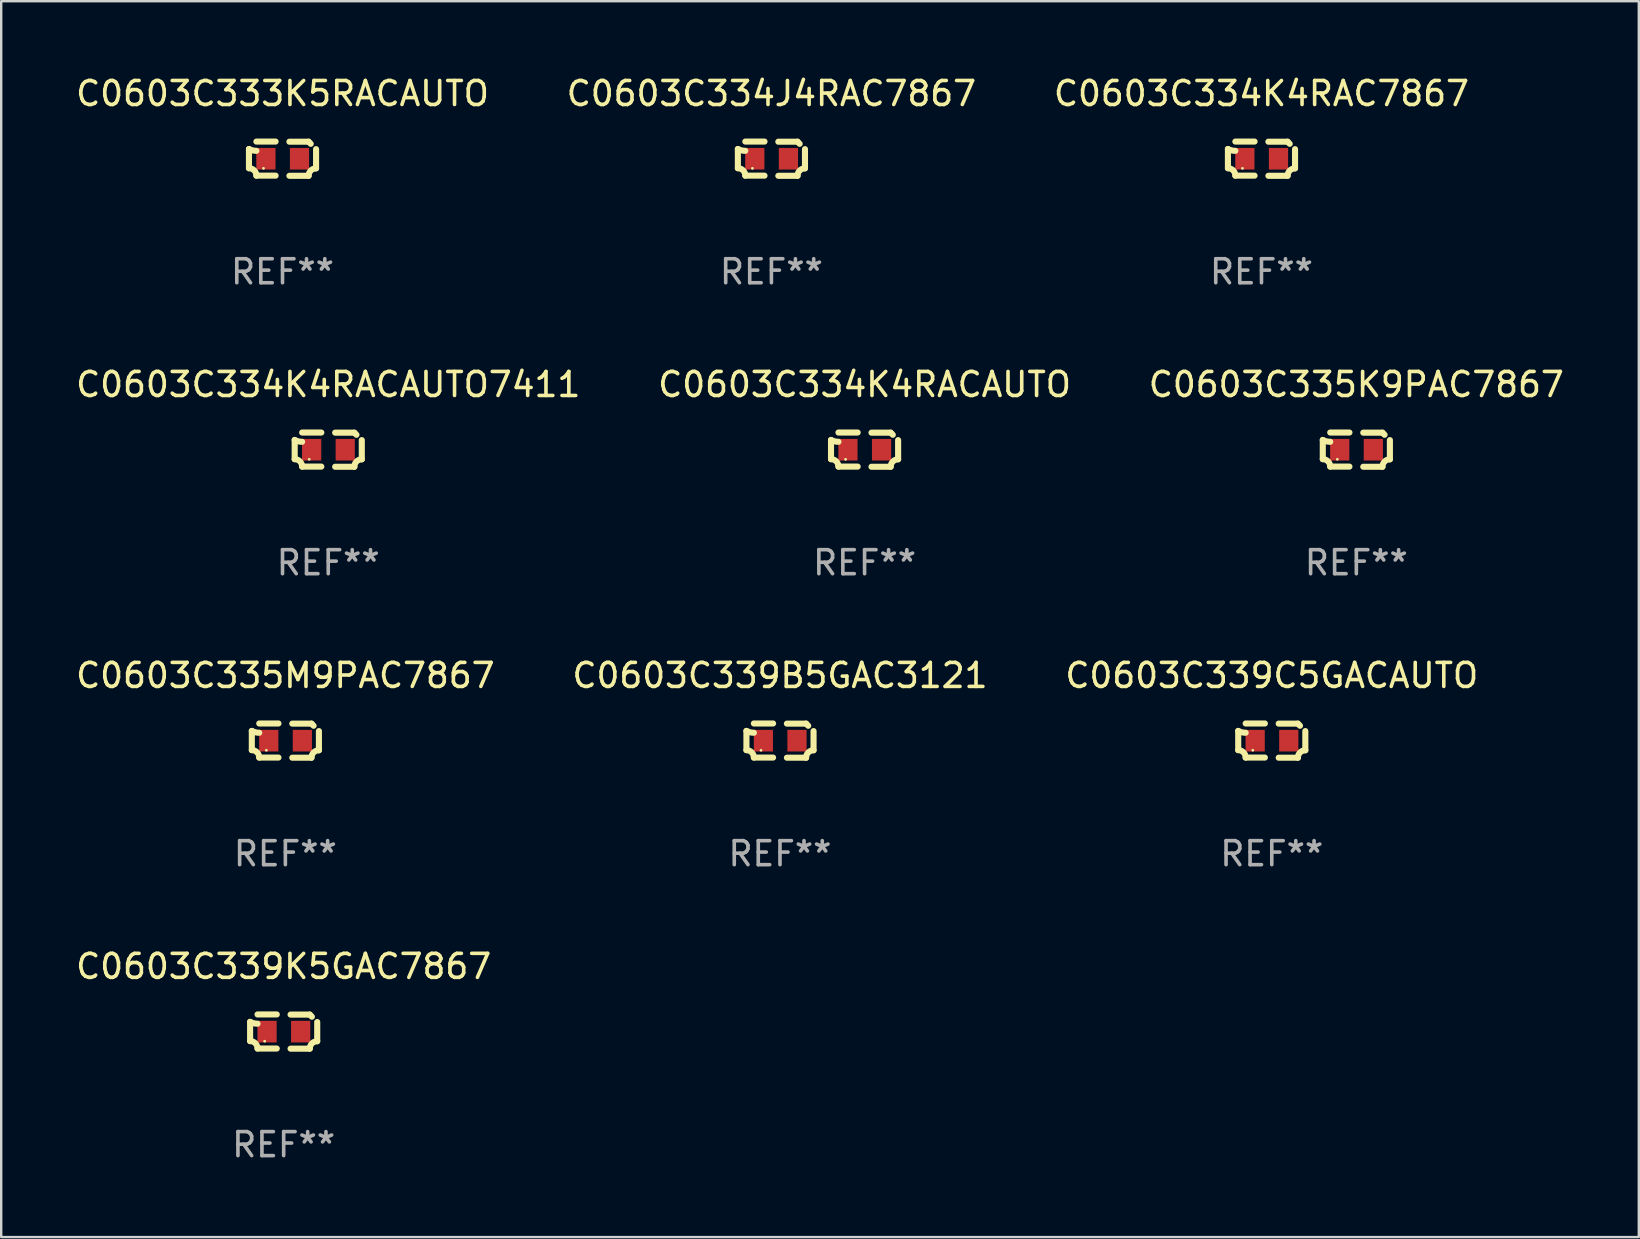
<source format=kicad_pcb>
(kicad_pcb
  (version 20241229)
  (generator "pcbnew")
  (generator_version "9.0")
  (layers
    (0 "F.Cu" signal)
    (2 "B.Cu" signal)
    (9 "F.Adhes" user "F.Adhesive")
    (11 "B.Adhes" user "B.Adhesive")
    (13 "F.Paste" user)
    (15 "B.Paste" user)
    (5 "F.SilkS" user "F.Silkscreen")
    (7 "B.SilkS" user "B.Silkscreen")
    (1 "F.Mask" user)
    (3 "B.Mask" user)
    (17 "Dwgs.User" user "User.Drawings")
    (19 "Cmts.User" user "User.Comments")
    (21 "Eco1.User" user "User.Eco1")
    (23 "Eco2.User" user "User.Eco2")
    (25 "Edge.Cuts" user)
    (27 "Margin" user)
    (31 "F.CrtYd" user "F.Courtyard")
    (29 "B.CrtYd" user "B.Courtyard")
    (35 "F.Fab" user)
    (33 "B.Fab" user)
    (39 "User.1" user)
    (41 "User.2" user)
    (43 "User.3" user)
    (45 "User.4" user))
  (footprint "C0603C333K5RACAUTO"
    (layer "F.Cu")
    (at 8.72 3.561)
    (property "Reference" "C0603C333K5RACAUTO" (at 0 -2.713 0) (layer "F.SilkS") (effects (font (size 1 1) (thickness 0.15))))
    (attr through_hole)
    (fp_line (start -1.398 -0.403) (end -1.398 0.397) (stroke (width 0.254) (type solid)) (layer "F.SilkS"))
    (fp_line (start -0.288 -0.713) (end -1.088 -0.713) (stroke (width 0.254) (type solid)) (layer "F.SilkS"))
    (fp_line (start -0.288 0.707) (end -1.088 0.707) (stroke (width 0.254) (type solid)) (layer "F.SilkS"))
    (fp_line (start 0.288 -0.707) (end 1.088 -0.707) (stroke (width 0.254) (type solid)) (layer "F.SilkS"))
    (fp_line (start 0.288 0.713) (end 1.088 0.713) (stroke (width 0.254) (type solid)) (layer "F.SilkS"))
    (fp_line (start 1.398 -0.397) (end 1.398 0.403) (stroke (width 0.254) (type solid)) (layer "F.SilkS"))
    (fp_arc (start -1.397789 0.397066) (mid -1.178701 0.487826) (end -1.08796 0.706922) (stroke (width 0.254001) (type solid)) (layer "F.SilkS"))
    (fp_arc (start -1.08796 -0.327176) (mid -1.247436 -0.346384) (end -1.39779 -0.402908) (stroke (width 0.254001) (type solid)) (layer "F.SilkS"))
    (fp_arc (start 1.087909 0.712738) (mid 1.178656 0.493655) (end 1.397739 0.402908) (stroke (width 0.254001) (type solid)) (layer "F.SilkS"))
    (fp_arc (start 1.175925 -0.618926) (mid 1.131917 -0.662923) (end 1.08791 -0.706922) (stroke (width 0.254001) (type solid)) (layer "F.SilkS"))
    (fp_circle (center -0.792 0.403) (end -0.762 0.403) (stroke (width 0.06) (type solid)) (fill no) (layer "F.SilkS"))
    (fp_text user "REF**" (at 0 4.713 0) (layer "F.Fab") (effects (font (size 1 1) (thickness 0.15))))
    (pad "1" smd rect (at -0.692 0.003) (size 0.8 0.9) (layers "F.Cu" "F.Mask" "F.Paste"))
    (pad "2" smd rect (at 0.708 0.003) (size 0.8 0.9) (layers "F.Cu" "F.Mask" "F.Paste")))
  (footprint "C0603C334K4RACAUTO7411"
    (layer "F.Cu")
    (at 10.625 15.683)
    (property "Reference" "C0603C334K4RACAUTO7411" (at 0 -2.713 0) (layer "F.SilkS") (effects (font (size 1 1) (thickness 0.15))))
    (attr through_hole)
    (fp_line (start -1.398 -0.403) (end -1.398 0.397) (stroke (width 0.254) (type solid)) (layer "F.SilkS"))
    (fp_line (start -0.288 -0.713) (end -1.088 -0.713) (stroke (width 0.254) (type solid)) (layer "F.SilkS"))
    (fp_line (start -0.288 0.707) (end -1.088 0.707) (stroke (width 0.254) (type solid)) (layer "F.SilkS"))
    (fp_line (start 0.288 -0.707) (end 1.088 -0.707) (stroke (width 0.254) (type solid)) (layer "F.SilkS"))
    (fp_line (start 0.288 0.713) (end 1.088 0.713) (stroke (width 0.254) (type solid)) (layer "F.SilkS"))
    (fp_line (start 1.398 -0.397) (end 1.398 0.403) (stroke (width 0.254) (type solid)) (layer "F.SilkS"))
    (fp_arc (start -1.397789 0.397066) (mid -1.178701 0.487826) (end -1.08796 0.706922) (stroke (width 0.254001) (type solid)) (layer "F.SilkS"))
    (fp_arc (start -1.08796 -0.327176) (mid -1.247436 -0.346384) (end -1.39779 -0.402908) (stroke (width 0.254001) (type solid)) (layer "F.SilkS"))
    (fp_arc (start 1.087909 0.712738) (mid 1.178656 0.493655) (end 1.397739 0.402908) (stroke (width 0.254001) (type solid)) (layer "F.SilkS"))
    (fp_arc (start 1.175925 -0.618926) (mid 1.131917 -0.662923) (end 1.08791 -0.706922) (stroke (width 0.254001) (type solid)) (layer "F.SilkS"))
    (fp_circle (center -0.792 0.403) (end -0.762 0.403) (stroke (width 0.06) (type solid)) (fill no) (layer "F.SilkS"))
    (fp_text user "REF**" (at 0 4.713 0) (layer "F.Fab") (effects (font (size 1 1) (thickness 0.15))))
    (pad "1" smd rect (at -0.692 0.003) (size 0.8 0.9) (layers "F.Cu" "F.Mask" "F.Paste"))
    (pad "2" smd rect (at 0.708 0.003) (size 0.8 0.9) (layers "F.Cu" "F.Mask" "F.Paste")))
  (footprint "C0603C339C5GACAUTO"
    (layer "F.Cu")
    (at 49.935 27.805)
    (property "Reference" "C0603C339C5GACAUTO" (at 0 -2.713 0) (layer "F.SilkS") (effects (font (size 1 1) (thickness 0.15))))
    (attr through_hole)
    (fp_line (start -1.398 -0.403) (end -1.398 0.397) (stroke (width 0.254) (type solid)) (layer "F.SilkS"))
    (fp_line (start -0.288 -0.713) (end -1.088 -0.713) (stroke (width 0.254) (type solid)) (layer "F.SilkS"))
    (fp_line (start -0.288 0.707) (end -1.088 0.707) (stroke (width 0.254) (type solid)) (layer "F.SilkS"))
    (fp_line (start 0.288 -0.707) (end 1.088 -0.707) (stroke (width 0.254) (type solid)) (layer "F.SilkS"))
    (fp_line (start 0.288 0.713) (end 1.088 0.713) (stroke (width 0.254) (type solid)) (layer "F.SilkS"))
    (fp_line (start 1.398 -0.397) (end 1.398 0.403) (stroke (width 0.254) (type solid)) (layer "F.SilkS"))
    (fp_arc (start -1.397789 0.397066) (mid -1.178701 0.487826) (end -1.08796 0.706922) (stroke (width 0.254001) (type solid)) (layer "F.SilkS"))
    (fp_arc (start -1.08796 -0.327176) (mid -1.247436 -0.346384) (end -1.39779 -0.402908) (stroke (width 0.254001) (type solid)) (layer "F.SilkS"))
    (fp_arc (start 1.087909 0.712738) (mid 1.178656 0.493655) (end 1.397739 0.402908) (stroke (width 0.254001) (type solid)) (layer "F.SilkS"))
    (fp_arc (start 1.175925 -0.618926) (mid 1.131917 -0.662923) (end 1.08791 -0.706922) (stroke (width 0.254001) (type solid)) (layer "F.SilkS"))
    (fp_circle (center -0.792 0.403) (end -0.762 0.403) (stroke (width 0.06) (type solid)) (fill no) (layer "F.SilkS"))
    (fp_text user "REF**" (at 0 4.713 0) (layer "F.Fab") (effects (font (size 1 1) (thickness 0.15))))
    (pad "1" smd rect (at -0.692 0.003) (size 0.8 0.9) (layers "F.Cu" "F.Mask" "F.Paste"))
    (pad "2" smd rect (at 0.708 0.003) (size 0.8 0.9) (layers "F.Cu" "F.Mask" "F.Paste")))
  (footprint "C0603C339K5GAC7867"
    (layer "F.Cu")
    (at 8.768 39.927)
    (property "Reference" "C0603C339K5GAC7867" (at 0 -2.713 0) (layer "F.SilkS") (effects (font (size 1 1) (thickness 0.15))))
    (attr through_hole)
    (fp_line (start -1.398 -0.403) (end -1.398 0.397) (stroke (width 0.254) (type solid)) (layer "F.SilkS"))
    (fp_line (start -0.288 -0.713) (end -1.088 -0.713) (stroke (width 0.254) (type solid)) (layer "F.SilkS"))
    (fp_line (start -0.288 0.707) (end -1.088 0.707) (stroke (width 0.254) (type solid)) (layer "F.SilkS"))
    (fp_line (start 0.288 -0.707) (end 1.088 -0.707) (stroke (width 0.254) (type solid)) (layer "F.SilkS"))
    (fp_line (start 0.288 0.713) (end 1.088 0.713) (stroke (width 0.254) (type solid)) (layer "F.SilkS"))
    (fp_line (start 1.398 -0.397) (end 1.398 0.403) (stroke (width 0.254) (type solid)) (layer "F.SilkS"))
    (fp_arc (start -1.397789 0.397066) (mid -1.178701 0.487826) (end -1.08796 0.706922) (stroke (width 0.254001) (type solid)) (layer "F.SilkS"))
    (fp_arc (start -1.08796 -0.327176) (mid -1.247436 -0.346384) (end -1.39779 -0.402908) (stroke (width 0.254001) (type solid)) (layer "F.SilkS"))
    (fp_arc (start 1.087909 0.712738) (mid 1.178656 0.493655) (end 1.397739 0.402908) (stroke (width 0.254001) (type solid)) (layer "F.SilkS"))
    (fp_arc (start 1.175925 -0.618926) (mid 1.131917 -0.662923) (end 1.08791 -0.706922) (stroke (width 0.254001) (type solid)) (layer "F.SilkS"))
    (fp_circle (center -0.792 0.403) (end -0.762 0.403) (stroke (width 0.06) (type solid)) (fill no) (layer "F.SilkS"))
    (fp_text user "REF**" (at 0 4.713 0) (layer "F.Fab") (effects (font (size 1 1) (thickness 0.15))))
    (pad "1" smd rect (at -0.692 0.003) (size 0.8 0.9) (layers "F.Cu" "F.Mask" "F.Paste"))
    (pad "2" smd rect (at 0.708 0.003) (size 0.8 0.9) (layers "F.Cu" "F.Mask" "F.Paste")))
  (footprint "C0603C334K4RACAUTO"
    (layer "F.Cu")
    (at 32.97 15.683)
    (property "Reference" "C0603C334K4RACAUTO" (at 0 -2.713 0) (layer "F.SilkS") (effects (font (size 1 1) (thickness 0.15))))
    (attr through_hole)
    (fp_line (start -1.398 -0.403) (end -1.398 0.397) (stroke (width 0.254) (type solid)) (layer "F.SilkS"))
    (fp_line (start -0.288 -0.713) (end -1.088 -0.713) (stroke (width 0.254) (type solid)) (layer "F.SilkS"))
    (fp_line (start -0.288 0.707) (end -1.088 0.707) (stroke (width 0.254) (type solid)) (layer "F.SilkS"))
    (fp_line (start 0.288 -0.707) (end 1.088 -0.707) (stroke (width 0.254) (type solid)) (layer "F.SilkS"))
    (fp_line (start 0.288 0.713) (end 1.088 0.713) (stroke (width 0.254) (type solid)) (layer "F.SilkS"))
    (fp_line (start 1.398 -0.397) (end 1.398 0.403) (stroke (width 0.254) (type solid)) (layer "F.SilkS"))
    (fp_arc (start -1.397789 0.397066) (mid -1.178701 0.487826) (end -1.08796 0.706922) (stroke (width 0.254001) (type solid)) (layer "F.SilkS"))
    (fp_arc (start -1.08796 -0.327176) (mid -1.247436 -0.346384) (end -1.39779 -0.402908) (stroke (width 0.254001) (type solid)) (layer "F.SilkS"))
    (fp_arc (start 1.087909 0.712738) (mid 1.178656 0.493655) (end 1.397739 0.402908) (stroke (width 0.254001) (type solid)) (layer "F.SilkS"))
    (fp_arc (start 1.175925 -0.618926) (mid 1.131917 -0.662923) (end 1.08791 -0.706922) (stroke (width 0.254001) (type solid)) (layer "F.SilkS"))
    (fp_circle (center -0.792 0.403) (end -0.762 0.403) (stroke (width 0.06) (type solid)) (fill no) (layer "F.SilkS"))
    (fp_text user "REF**" (at 0 4.713 0) (layer "F.Fab") (effects (font (size 1 1) (thickness 0.15))))
    (pad "1" smd rect (at -0.692 0.003) (size 0.8 0.9) (layers "F.Cu" "F.Mask" "F.Paste"))
    (pad "2" smd rect (at 0.708 0.003) (size 0.8 0.9) (layers "F.Cu" "F.Mask" "F.Paste")))
  (footprint "C0603C339B5GAC3121"
    (layer "F.Cu")
    (at 29.446 27.805)
    (property "Reference" "C0603C339B5GAC3121" (at 0 -2.713 0) (layer "F.SilkS") (effects (font (size 1 1) (thickness 0.15))))
    (attr through_hole)
    (fp_line (start -1.398 -0.403) (end -1.398 0.397) (stroke (width 0.254) (type solid)) (layer "F.SilkS"))
    (fp_line (start -0.288 -0.713) (end -1.088 -0.713) (stroke (width 0.254) (type solid)) (layer "F.SilkS"))
    (fp_line (start -0.288 0.707) (end -1.088 0.707) (stroke (width 0.254) (type solid)) (layer "F.SilkS"))
    (fp_line (start 0.288 -0.707) (end 1.088 -0.707) (stroke (width 0.254) (type solid)) (layer "F.SilkS"))
    (fp_line (start 0.288 0.713) (end 1.088 0.713) (stroke (width 0.254) (type solid)) (layer "F.SilkS"))
    (fp_line (start 1.398 -0.397) (end 1.398 0.403) (stroke (width 0.254) (type solid)) (layer "F.SilkS"))
    (fp_arc (start -1.397789 0.397066) (mid -1.178701 0.487826) (end -1.08796 0.706922) (stroke (width 0.254001) (type solid)) (layer "F.SilkS"))
    (fp_arc (start -1.08796 -0.327176) (mid -1.247436 -0.346384) (end -1.39779 -0.402908) (stroke (width 0.254001) (type solid)) (layer "F.SilkS"))
    (fp_arc (start 1.087909 0.712738) (mid 1.178656 0.493655) (end 1.397739 0.402908) (stroke (width 0.254001) (type solid)) (layer "F.SilkS"))
    (fp_arc (start 1.175925 -0.618926) (mid 1.131917 -0.662923) (end 1.08791 -0.706922) (stroke (width 0.254001) (type solid)) (layer "F.SilkS"))
    (fp_circle (center -0.792 0.403) (end -0.762 0.403) (stroke (width 0.06) (type solid)) (fill no) (layer "F.SilkS"))
    (fp_text user "REF**" (at 0 4.713 0) (layer "F.Fab") (effects (font (size 1 1) (thickness 0.15))))
    (pad "1" smd rect (at -0.692 0.003) (size 0.8 0.9) (layers "F.Cu" "F.Mask" "F.Paste"))
    (pad "2" smd rect (at 0.708 0.003) (size 0.8 0.9) (layers "F.Cu" "F.Mask" "F.Paste")))
  (footprint "C0603C335M9PAC7867"
    (layer "F.Cu")
    (at 8.839 27.805)
    (property "Reference" "C0603C335M9PAC7867" (at 0 -2.713 0) (layer "F.SilkS") (effects (font (size 1 1) (thickness 0.15))))
    (attr through_hole)
    (fp_line (start -1.398 -0.403) (end -1.398 0.397) (stroke (width 0.254) (type solid)) (layer "F.SilkS"))
    (fp_line (start -0.288 -0.713) (end -1.088 -0.713) (stroke (width 0.254) (type solid)) (layer "F.SilkS"))
    (fp_line (start -0.288 0.707) (end -1.088 0.707) (stroke (width 0.254) (type solid)) (layer "F.SilkS"))
    (fp_line (start 0.288 -0.707) (end 1.088 -0.707) (stroke (width 0.254) (type solid)) (layer "F.SilkS"))
    (fp_line (start 0.288 0.713) (end 1.088 0.713) (stroke (width 0.254) (type solid)) (layer "F.SilkS"))
    (fp_line (start 1.398 -0.397) (end 1.398 0.403) (stroke (width 0.254) (type solid)) (layer "F.SilkS"))
    (fp_arc (start -1.397789 0.397066) (mid -1.178701 0.487826) (end -1.08796 0.706922) (stroke (width 0.254001) (type solid)) (layer "F.SilkS"))
    (fp_arc (start -1.08796 -0.327176) (mid -1.247436 -0.346384) (end -1.39779 -0.402908) (stroke (width 0.254001) (type solid)) (layer "F.SilkS"))
    (fp_arc (start 1.087909 0.712738) (mid 1.178656 0.493655) (end 1.397739 0.402908) (stroke (width 0.254001) (type solid)) (layer "F.SilkS"))
    (fp_arc (start 1.175925 -0.618926) (mid 1.131917 -0.662923) (end 1.08791 -0.706922) (stroke (width 0.254001) (type solid)) (layer "F.SilkS"))
    (fp_circle (center -0.792 0.403) (end -0.762 0.403) (stroke (width 0.06) (type solid)) (fill no) (layer "F.SilkS"))
    (fp_text user "REF**" (at 0 4.713 0) (layer "F.Fab") (effects (font (size 1 1) (thickness 0.15))))
    (pad "1" smd rect (at -0.692 0.003) (size 0.8 0.9) (layers "F.Cu" "F.Mask" "F.Paste"))
    (pad "2" smd rect (at 0.708 0.003) (size 0.8 0.9) (layers "F.Cu" "F.Mask" "F.Paste")))
  (footprint "C0603C334K4RAC7867"
    (layer "F.Cu")
    (at 49.506 3.561)
    (property "Reference" "C0603C334K4RAC7867" (at 0 -2.713 0) (layer "F.SilkS") (effects (font (size 1 1) (thickness 0.15))))
    (attr through_hole)
    (fp_line (start -1.398 -0.403) (end -1.398 0.397) (stroke (width 0.254) (type solid)) (layer "F.SilkS"))
    (fp_line (start -0.288 -0.713) (end -1.088 -0.713) (stroke (width 0.254) (type solid)) (layer "F.SilkS"))
    (fp_line (start -0.288 0.707) (end -1.088 0.707) (stroke (width 0.254) (type solid)) (layer "F.SilkS"))
    (fp_line (start 0.288 -0.707) (end 1.088 -0.707) (stroke (width 0.254) (type solid)) (layer "F.SilkS"))
    (fp_line (start 0.288 0.713) (end 1.088 0.713) (stroke (width 0.254) (type solid)) (layer "F.SilkS"))
    (fp_line (start 1.398 -0.397) (end 1.398 0.403) (stroke (width 0.254) (type solid)) (layer "F.SilkS"))
    (fp_arc (start -1.397789 0.397066) (mid -1.178701 0.487826) (end -1.08796 0.706922) (stroke (width 0.254001) (type solid)) (layer "F.SilkS"))
    (fp_arc (start -1.08796 -0.327176) (mid -1.247436 -0.346384) (end -1.39779 -0.402908) (stroke (width 0.254001) (type solid)) (layer "F.SilkS"))
    (fp_arc (start 1.087909 0.712738) (mid 1.178656 0.493655) (end 1.397739 0.402908) (stroke (width 0.254001) (type solid)) (layer "F.SilkS"))
    (fp_arc (start 1.175925 -0.618926) (mid 1.131917 -0.662923) (end 1.08791 -0.706922) (stroke (width 0.254001) (type solid)) (layer "F.SilkS"))
    (fp_circle (center -0.792 0.403) (end -0.762 0.403) (stroke (width 0.06) (type solid)) (fill no) (layer "F.SilkS"))
    (fp_text user "REF**" (at 0 4.713 0) (layer "F.Fab") (effects (font (size 1 1) (thickness 0.15))))
    (pad "1" smd rect (at -0.692 0.003) (size 0.8 0.9) (layers "F.Cu" "F.Mask" "F.Paste"))
    (pad "2" smd rect (at 0.708 0.003) (size 0.8 0.9) (layers "F.Cu" "F.Mask" "F.Paste")))
  (footprint "C0603C334J4RAC7867"
    (layer "F.Cu")
    (at 29.089 3.561)
    (property "Reference" "C0603C334J4RAC7867" (at 0 -2.713 0) (layer "F.SilkS") (effects (font (size 1 1) (thickness 0.15))))
    (attr through_hole)
    (fp_line (start -1.398 -0.403) (end -1.398 0.397) (stroke (width 0.254) (type solid)) (layer "F.SilkS"))
    (fp_line (start -0.288 -0.713) (end -1.088 -0.713) (stroke (width 0.254) (type solid)) (layer "F.SilkS"))
    (fp_line (start -0.288 0.707) (end -1.088 0.707) (stroke (width 0.254) (type solid)) (layer "F.SilkS"))
    (fp_line (start 0.288 -0.707) (end 1.088 -0.707) (stroke (width 0.254) (type solid)) (layer "F.SilkS"))
    (fp_line (start 0.288 0.713) (end 1.088 0.713) (stroke (width 0.254) (type solid)) (layer "F.SilkS"))
    (fp_line (start 1.398 -0.397) (end 1.398 0.403) (stroke (width 0.254) (type solid)) (layer "F.SilkS"))
    (fp_arc (start -1.397789 0.397066) (mid -1.178701 0.487826) (end -1.08796 0.706922) (stroke (width 0.254001) (type solid)) (layer "F.SilkS"))
    (fp_arc (start -1.08796 -0.327176) (mid -1.247436 -0.346384) (end -1.39779 -0.402908) (stroke (width 0.254001) (type solid)) (layer "F.SilkS"))
    (fp_arc (start 1.087909 0.712738) (mid 1.178656 0.493655) (end 1.397739 0.402908) (stroke (width 0.254001) (type solid)) (layer "F.SilkS"))
    (fp_arc (start 1.175925 -0.618926) (mid 1.131917 -0.662923) (end 1.08791 -0.706922) (stroke (width 0.254001) (type solid)) (layer "F.SilkS"))
    (fp_circle (center -0.792 0.403) (end -0.762 0.403) (stroke (width 0.06) (type solid)) (fill no) (layer "F.SilkS"))
    (fp_text user "REF**" (at 0 4.713 0) (layer "F.Fab") (effects (font (size 1 1) (thickness 0.15))))
    (pad "1" smd rect (at -0.692 0.003) (size 0.8 0.9) (layers "F.Cu" "F.Mask" "F.Paste"))
    (pad "2" smd rect (at 0.708 0.003) (size 0.8 0.9) (layers "F.Cu" "F.Mask" "F.Paste")))
  (footprint "C0603C335K9PAC7867"
    (layer "F.Cu")
    (at 53.458 15.683)
    (property "Reference" "C0603C335K9PAC7867" (at 0 -2.713 0) (layer "F.SilkS") (effects (font (size 1 1) (thickness 0.15))))
    (attr through_hole)
    (fp_line (start -1.398 -0.403) (end -1.398 0.397) (stroke (width 0.254) (type solid)) (layer "F.SilkS"))
    (fp_line (start -0.288 -0.713) (end -1.088 -0.713) (stroke (width 0.254) (type solid)) (layer "F.SilkS"))
    (fp_line (start -0.288 0.707) (end -1.088 0.707) (stroke (width 0.254) (type solid)) (layer "F.SilkS"))
    (fp_line (start 0.288 -0.707) (end 1.088 -0.707) (stroke (width 0.254) (type solid)) (layer "F.SilkS"))
    (fp_line (start 0.288 0.713) (end 1.088 0.713) (stroke (width 0.254) (type solid)) (layer "F.SilkS"))
    (fp_line (start 1.398 -0.397) (end 1.398 0.403) (stroke (width 0.254) (type solid)) (layer "F.SilkS"))
    (fp_arc (start -1.397789 0.397066) (mid -1.178701 0.487826) (end -1.08796 0.706922) (stroke (width 0.254001) (type solid)) (layer "F.SilkS"))
    (fp_arc (start -1.08796 -0.327176) (mid -1.247436 -0.346384) (end -1.39779 -0.402908) (stroke (width 0.254001) (type solid)) (layer "F.SilkS"))
    (fp_arc (start 1.087909 0.712738) (mid 1.178656 0.493655) (end 1.397739 0.402908) (stroke (width 0.254001) (type solid)) (layer "F.SilkS"))
    (fp_arc (start 1.175925 -0.618926) (mid 1.131917 -0.662923) (end 1.08791 -0.706922) (stroke (width 0.254001) (type solid)) (layer "F.SilkS"))
    (fp_circle (center -0.792 0.403) (end -0.762 0.403) (stroke (width 0.06) (type solid)) (fill no) (layer "F.SilkS"))
    (fp_text user "REF**" (at 0 4.713 0) (layer "F.Fab") (effects (font (size 1 1) (thickness 0.15))))
    (pad "1" smd rect (at -0.692 0.003) (size 0.8 0.9) (layers "F.Cu" "F.Mask" "F.Paste"))
    (pad "2" smd rect (at 0.708 0.003) (size 0.8 0.9) (layers "F.Cu" "F.Mask" "F.Paste")))
  (gr_rect
    (start -3 -3)
    (end 65.226 48.488)
    (stroke (width 0.1) (type default))
    (fill no)
    (layer "Edge.Cuts")))
</source>
